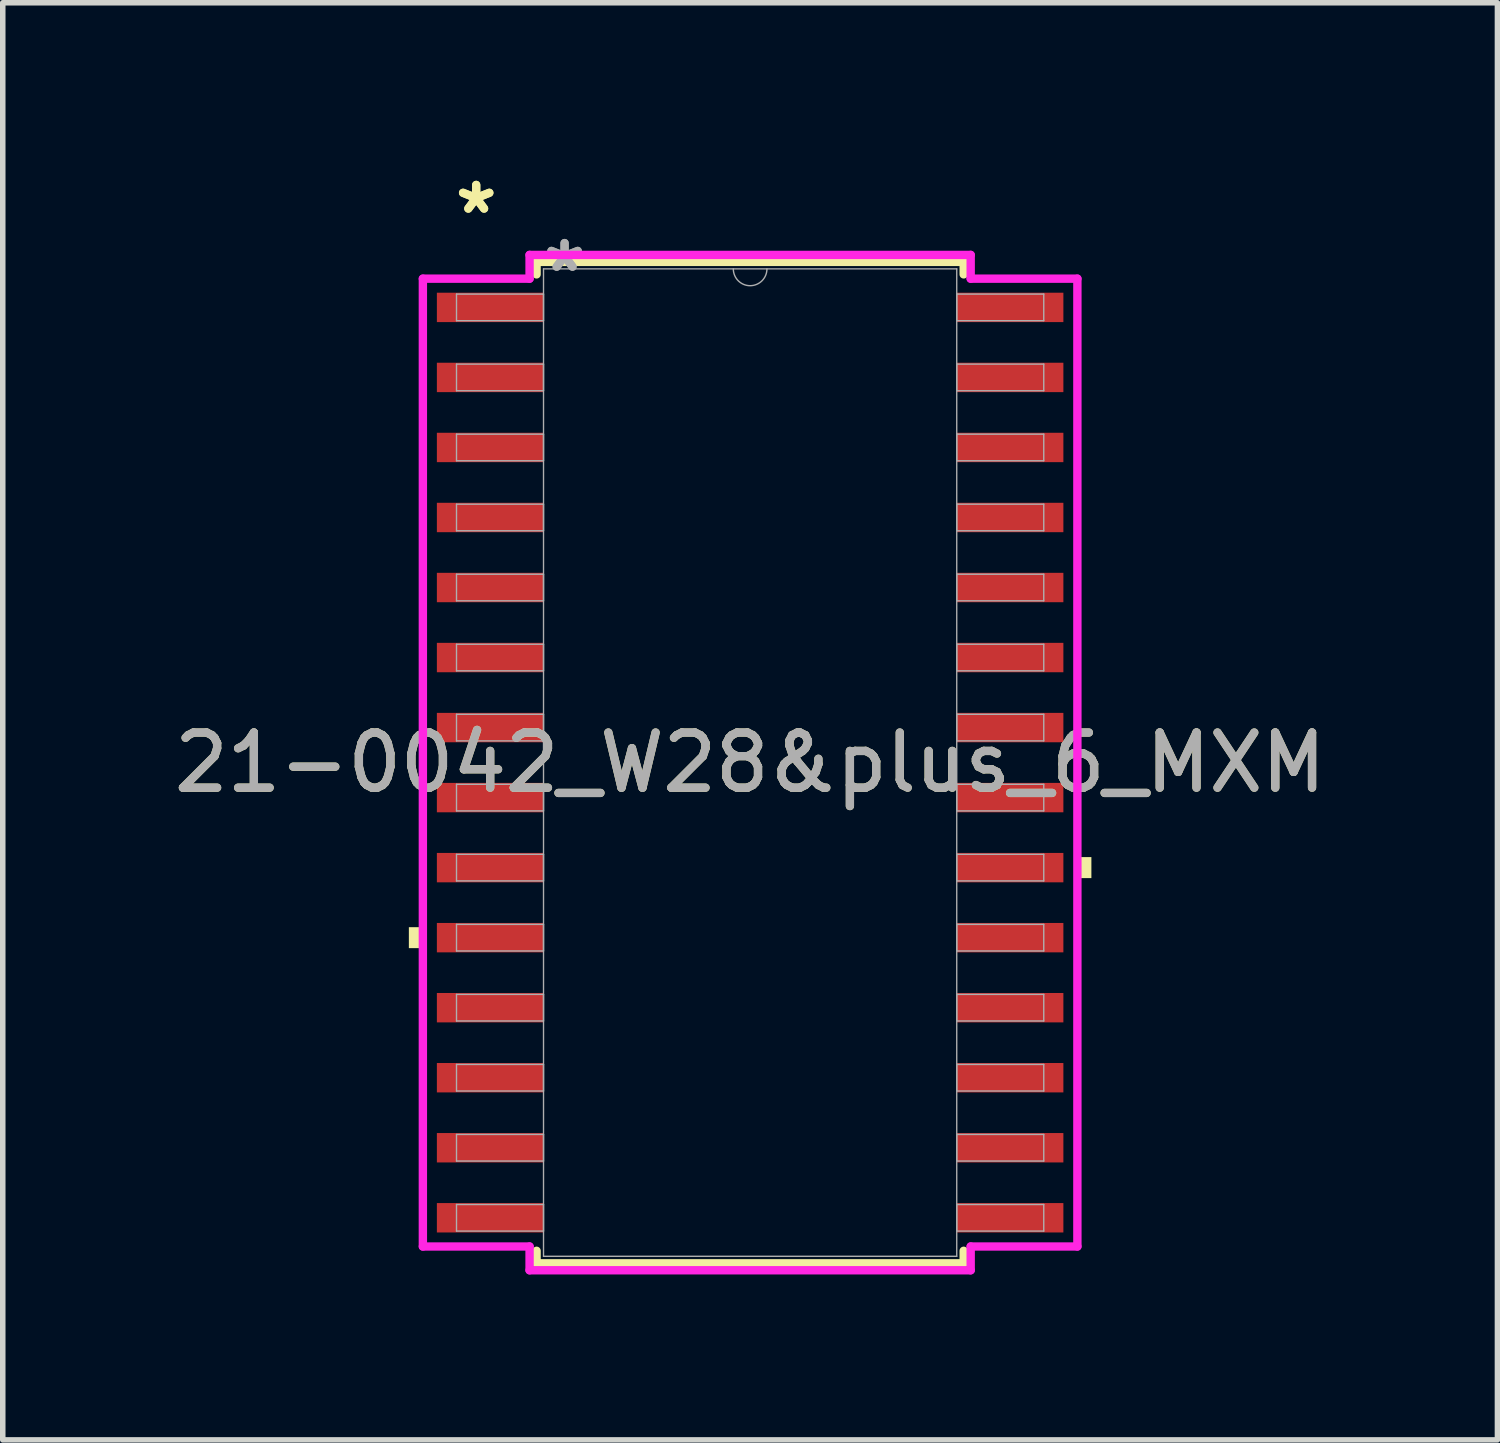
<source format=kicad_pcb>
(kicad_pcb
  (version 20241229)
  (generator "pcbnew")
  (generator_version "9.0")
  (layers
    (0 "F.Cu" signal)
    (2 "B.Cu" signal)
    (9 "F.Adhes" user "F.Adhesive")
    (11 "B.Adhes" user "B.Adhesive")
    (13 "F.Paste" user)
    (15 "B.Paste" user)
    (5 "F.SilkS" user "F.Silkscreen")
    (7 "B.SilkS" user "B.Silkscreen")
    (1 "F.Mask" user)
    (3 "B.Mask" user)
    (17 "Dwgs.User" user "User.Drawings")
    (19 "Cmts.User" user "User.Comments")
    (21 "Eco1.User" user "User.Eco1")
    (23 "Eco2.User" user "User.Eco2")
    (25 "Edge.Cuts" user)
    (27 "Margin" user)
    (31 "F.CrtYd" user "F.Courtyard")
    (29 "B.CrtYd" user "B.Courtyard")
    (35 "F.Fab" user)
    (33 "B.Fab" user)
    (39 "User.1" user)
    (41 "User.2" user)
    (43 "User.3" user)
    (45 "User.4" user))
  (footprint "21-0042_W28&plus_6_MXM"
    (layer "F.Cu")
    (at 10.554 10.78)
    (property "Reference" "21-0042_W28&plus_6_MXM" (at 0 0 0) (unlocked yes) (layer "F.SilkS") (effects (font (size 1 1) (thickness 0.15))))
    (attr smd)
    (fp_line (start -3.873 -9.081) (end -3.873 -8.854) (stroke (width 0.152) (type solid)) (layer "F.SilkS"))
    (fp_line (start -3.873 8.854) (end -3.873 9.081) (stroke (width 0.152) (type solid)) (layer "F.SilkS"))
    (fp_line (start -3.873 9.081) (end 3.873 9.081) (stroke (width 0.152) (type solid)) (layer "F.SilkS"))
    (fp_line (start 3.873 -9.081) (end -3.873 -9.081) (stroke (width 0.152) (type solid)) (layer "F.SilkS"))
    (fp_line (start 3.873 -8.854) (end 3.873 -9.081) (stroke (width 0.152) (type solid)) (layer "F.SilkS"))
    (fp_line (start 3.873 9.081) (end 3.873 8.854) (stroke (width 0.152) (type solid)) (layer "F.SilkS"))
    (fp_poly (pts (xy -6.189 2.985) (xy -6.189 3.365) (xy -5.935 3.365) (xy -5.935 2.985)) (stroke (width 0) (type solid)) (fill yes) (layer "F.SilkS"))
    (fp_poly (pts (xy 6.189 1.714) (xy 6.189 2.095) (xy 5.935 2.095) (xy 5.935 1.714)) (stroke (width 0) (type solid)) (fill yes) (layer "F.SilkS"))
    (fp_line (start -5.935 -8.776) (end -4 -8.776) (stroke (width 0.152) (type solid)) (layer "F.CrtYd"))
    (fp_line (start -5.935 8.776) (end -5.935 -8.776) (stroke (width 0.152) (type solid)) (layer "F.CrtYd"))
    (fp_line (start -5.935 8.776) (end -4 8.776) (stroke (width 0.152) (type solid)) (layer "F.CrtYd"))
    (fp_line (start -4 -9.207) (end 4 -9.207) (stroke (width 0.152) (type solid)) (layer "F.CrtYd"))
    (fp_line (start -4 -8.776) (end -4 -9.207) (stroke (width 0.152) (type solid)) (layer "F.CrtYd"))
    (fp_line (start -4 9.207) (end -4 8.776) (stroke (width 0.152) (type solid)) (layer "F.CrtYd"))
    (fp_line (start 4 -9.207) (end 4 -8.776) (stroke (width 0.152) (type solid)) (layer "F.CrtYd"))
    (fp_line (start 4 8.776) (end 4 9.207) (stroke (width 0.152) (type solid)) (layer "F.CrtYd"))
    (fp_line (start 4 9.207) (end -4 9.207) (stroke (width 0.152) (type solid)) (layer "F.CrtYd"))
    (fp_line (start 5.935 -8.776) (end 4 -8.776) (stroke (width 0.152) (type solid)) (layer "F.CrtYd"))
    (fp_line (start 5.935 -8.776) (end 5.935 8.776) (stroke (width 0.152) (type solid)) (layer "F.CrtYd"))
    (fp_line (start 5.935 8.776) (end 4 8.776) (stroke (width 0.152) (type solid)) (layer "F.CrtYd"))
    (fp_line (start -5.325 -8.496) (end -5.325 -8.014) (stroke (width 0.025) (type solid)) (layer "F.Fab"))
    (fp_line (start -5.325 -8.014) (end -3.747 -8.014) (stroke (width 0.025) (type solid)) (layer "F.Fab"))
    (fp_line (start -5.325 -7.226) (end -5.325 -6.744) (stroke (width 0.025) (type solid)) (layer "F.Fab"))
    (fp_line (start -5.325 -6.744) (end -3.747 -6.744) (stroke (width 0.025) (type solid)) (layer "F.Fab"))
    (fp_line (start -5.325 -5.956) (end -5.325 -5.474) (stroke (width 0.025) (type solid)) (layer "F.Fab"))
    (fp_line (start -5.325 -5.474) (end -3.747 -5.474) (stroke (width 0.025) (type solid)) (layer "F.Fab"))
    (fp_line (start -5.325 -4.686) (end -5.325 -4.204) (stroke (width 0.025) (type solid)) (layer "F.Fab"))
    (fp_line (start -5.325 -4.204) (end -3.747 -4.204) (stroke (width 0.025) (type solid)) (layer "F.Fab"))
    (fp_line (start -5.325 -3.416) (end -5.325 -2.934) (stroke (width 0.025) (type solid)) (layer "F.Fab"))
    (fp_line (start -5.325 -2.934) (end -3.747 -2.934) (stroke (width 0.025) (type solid)) (layer "F.Fab"))
    (fp_line (start -5.325 -2.146) (end -5.325 -1.664) (stroke (width 0.025) (type solid)) (layer "F.Fab"))
    (fp_line (start -5.325 -1.664) (end -3.747 -1.664) (stroke (width 0.025) (type solid)) (layer "F.Fab"))
    (fp_line (start -5.325 -0.876) (end -5.325 -0.394) (stroke (width 0.025) (type solid)) (layer "F.Fab"))
    (fp_line (start -5.325 -0.394) (end -3.747 -0.394) (stroke (width 0.025) (type solid)) (layer "F.Fab"))
    (fp_line (start -5.325 0.394) (end -5.325 0.876) (stroke (width 0.025) (type solid)) (layer "F.Fab"))
    (fp_line (start -5.325 0.876) (end -3.747 0.876) (stroke (width 0.025) (type solid)) (layer "F.Fab"))
    (fp_line (start -5.325 1.664) (end -5.325 2.146) (stroke (width 0.025) (type solid)) (layer "F.Fab"))
    (fp_line (start -5.325 2.146) (end -3.747 2.146) (stroke (width 0.025) (type solid)) (layer "F.Fab"))
    (fp_line (start -5.325 2.934) (end -5.325 3.416) (stroke (width 0.025) (type solid)) (layer "F.Fab"))
    (fp_line (start -5.325 3.416) (end -3.747 3.416) (stroke (width 0.025) (type solid)) (layer "F.Fab"))
    (fp_line (start -5.325 4.204) (end -5.325 4.686) (stroke (width 0.025) (type solid)) (layer "F.Fab"))
    (fp_line (start -5.325 4.686) (end -3.747 4.686) (stroke (width 0.025) (type solid)) (layer "F.Fab"))
    (fp_line (start -5.325 5.474) (end -5.325 5.956) (stroke (width 0.025) (type solid)) (layer "F.Fab"))
    (fp_line (start -5.325 5.956) (end -3.747 5.956) (stroke (width 0.025) (type solid)) (layer "F.Fab"))
    (fp_line (start -5.325 6.744) (end -5.325 7.226) (stroke (width 0.025) (type solid)) (layer "F.Fab"))
    (fp_line (start -5.325 7.226) (end -3.747 7.226) (stroke (width 0.025) (type solid)) (layer "F.Fab"))
    (fp_line (start -5.325 8.014) (end -5.325 8.496) (stroke (width 0.025) (type solid)) (layer "F.Fab"))
    (fp_line (start -5.325 8.496) (end -3.747 8.496) (stroke (width 0.025) (type solid)) (layer "F.Fab"))
    (fp_line (start -3.747 -8.954) (end -3.747 8.954) (stroke (width 0.025) (type solid)) (layer "F.Fab"))
    (fp_line (start -3.747 -8.496) (end -5.325 -8.496) (stroke (width 0.025) (type solid)) (layer "F.Fab"))
    (fp_line (start -3.747 -8.014) (end -3.747 -8.496) (stroke (width 0.025) (type solid)) (layer "F.Fab"))
    (fp_line (start -3.747 -7.226) (end -5.325 -7.226) (stroke (width 0.025) (type solid)) (layer "F.Fab"))
    (fp_line (start -3.747 -6.744) (end -3.747 -7.226) (stroke (width 0.025) (type solid)) (layer "F.Fab"))
    (fp_line (start -3.747 -5.956) (end -5.325 -5.956) (stroke (width 0.025) (type solid)) (layer "F.Fab"))
    (fp_line (start -3.747 -5.474) (end -3.747 -5.956) (stroke (width 0.025) (type solid)) (layer "F.Fab"))
    (fp_line (start -3.747 -4.686) (end -5.325 -4.686) (stroke (width 0.025) (type solid)) (layer "F.Fab"))
    (fp_line (start -3.747 -4.204) (end -3.747 -4.686) (stroke (width 0.025) (type solid)) (layer "F.Fab"))
    (fp_line (start -3.747 -3.416) (end -5.325 -3.416) (stroke (width 0.025) (type solid)) (layer "F.Fab"))
    (fp_line (start -3.747 -2.934) (end -3.747 -3.416) (stroke (width 0.025) (type solid)) (layer "F.Fab"))
    (fp_line (start -3.747 -2.146) (end -5.325 -2.146) (stroke (width 0.025) (type solid)) (layer "F.Fab"))
    (fp_line (start -3.747 -1.664) (end -3.747 -2.146) (stroke (width 0.025) (type solid)) (layer "F.Fab"))
    (fp_line (start -3.747 -0.876) (end -5.325 -0.876) (stroke (width 0.025) (type solid)) (layer "F.Fab"))
    (fp_line (start -3.747 -0.394) (end -3.747 -0.876) (stroke (width 0.025) (type solid)) (layer "F.Fab"))
    (fp_line (start -3.747 0.394) (end -5.325 0.394) (stroke (width 0.025) (type solid)) (layer "F.Fab"))
    (fp_line (start -3.747 0.876) (end -3.747 0.394) (stroke (width 0.025) (type solid)) (layer "F.Fab"))
    (fp_line (start -3.747 1.664) (end -5.325 1.664) (stroke (width 0.025) (type solid)) (layer "F.Fab"))
    (fp_line (start -3.747 2.146) (end -3.747 1.664) (stroke (width 0.025) (type solid)) (layer "F.Fab"))
    (fp_line (start -3.747 2.934) (end -5.325 2.934) (stroke (width 0.025) (type solid)) (layer "F.Fab"))
    (fp_line (start -3.747 3.416) (end -3.747 2.934) (stroke (width 0.025) (type solid)) (layer "F.Fab"))
    (fp_line (start -3.747 4.204) (end -5.325 4.204) (stroke (width 0.025) (type solid)) (layer "F.Fab"))
    (fp_line (start -3.747 4.686) (end -3.747 4.204) (stroke (width 0.025) (type solid)) (layer "F.Fab"))
    (fp_line (start -3.747 5.474) (end -5.325 5.474) (stroke (width 0.025) (type solid)) (layer "F.Fab"))
    (fp_line (start -3.747 5.956) (end -3.747 5.474) (stroke (width 0.025) (type solid)) (layer "F.Fab"))
    (fp_line (start -3.747 6.744) (end -5.325 6.744) (stroke (width 0.025) (type solid)) (layer "F.Fab"))
    (fp_line (start -3.747 7.226) (end -3.747 6.744) (stroke (width 0.025) (type solid)) (layer "F.Fab"))
    (fp_line (start -3.747 8.014) (end -5.325 8.014) (stroke (width 0.025) (type solid)) (layer "F.Fab"))
    (fp_line (start -3.747 8.496) (end -3.747 8.014) (stroke (width 0.025) (type solid)) (layer "F.Fab"))
    (fp_line (start -3.747 8.954) (end 3.747 8.954) (stroke (width 0.025) (type solid)) (layer "F.Fab"))
    (fp_line (start 3.747 -8.954) (end -3.747 -8.954) (stroke (width 0.025) (type solid)) (layer "F.Fab"))
    (fp_line (start 3.747 -8.496) (end 3.747 -8.014) (stroke (width 0.025) (type solid)) (layer "F.Fab"))
    (fp_line (start 3.747 -8.014) (end 5.325 -8.014) (stroke (width 0.025) (type solid)) (layer "F.Fab"))
    (fp_line (start 3.747 -7.226) (end 3.747 -6.744) (stroke (width 0.025) (type solid)) (layer "F.Fab"))
    (fp_line (start 3.747 -6.744) (end 5.325 -6.744) (stroke (width 0.025) (type solid)) (layer "F.Fab"))
    (fp_line (start 3.747 -5.956) (end 3.747 -5.474) (stroke (width 0.025) (type solid)) (layer "F.Fab"))
    (fp_line (start 3.747 -5.474) (end 5.325 -5.474) (stroke (width 0.025) (type solid)) (layer "F.Fab"))
    (fp_line (start 3.747 -4.686) (end 3.747 -4.204) (stroke (width 0.025) (type solid)) (layer "F.Fab"))
    (fp_line (start 3.747 -4.204) (end 5.325 -4.204) (stroke (width 0.025) (type solid)) (layer "F.Fab"))
    (fp_line (start 3.747 -3.416) (end 3.747 -2.934) (stroke (width 0.025) (type solid)) (layer "F.Fab"))
    (fp_line (start 3.747 -2.934) (end 5.325 -2.934) (stroke (width 0.025) (type solid)) (layer "F.Fab"))
    (fp_line (start 3.747 -2.146) (end 3.747 -1.664) (stroke (width 0.025) (type solid)) (layer "F.Fab"))
    (fp_line (start 3.747 -1.664) (end 5.325 -1.664) (stroke (width 0.025) (type solid)) (layer "F.Fab"))
    (fp_line (start 3.747 -0.876) (end 3.747 -0.394) (stroke (width 0.025) (type solid)) (layer "F.Fab"))
    (fp_line (start 3.747 -0.394) (end 5.325 -0.394) (stroke (width 0.025) (type solid)) (layer "F.Fab"))
    (fp_line (start 3.747 0.394) (end 3.747 0.876) (stroke (width 0.025) (type solid)) (layer "F.Fab"))
    (fp_line (start 3.747 0.876) (end 5.325 0.876) (stroke (width 0.025) (type solid)) (layer "F.Fab"))
    (fp_line (start 3.747 1.664) (end 3.747 2.146) (stroke (width 0.025) (type solid)) (layer "F.Fab"))
    (fp_line (start 3.747 2.146) (end 5.325 2.146) (stroke (width 0.025) (type solid)) (layer "F.Fab"))
    (fp_line (start 3.747 2.934) (end 3.747 3.416) (stroke (width 0.025) (type solid)) (layer "F.Fab"))
    (fp_line (start 3.747 3.416) (end 5.325 3.416) (stroke (width 0.025) (type solid)) (layer "F.Fab"))
    (fp_line (start 3.747 4.204) (end 3.747 4.686) (stroke (width 0.025) (type solid)) (layer "F.Fab"))
    (fp_line (start 3.747 4.686) (end 5.325 4.686) (stroke (width 0.025) (type solid)) (layer "F.Fab"))
    (fp_line (start 3.747 5.474) (end 3.747 5.956) (stroke (width 0.025) (type solid)) (layer "F.Fab"))
    (fp_line (start 3.747 5.956) (end 5.325 5.956) (stroke (width 0.025) (type solid)) (layer "F.Fab"))
    (fp_line (start 3.747 6.744) (end 3.747 7.226) (stroke (width 0.025) (type solid)) (layer "F.Fab"))
    (fp_line (start 3.747 7.226) (end 5.325 7.226) (stroke (width 0.025) (type solid)) (layer "F.Fab"))
    (fp_line (start 3.747 8.014) (end 3.747 8.496) (stroke (width 0.025) (type solid)) (layer "F.Fab"))
    (fp_line (start 3.747 8.496) (end 5.325 8.496) (stroke (width 0.025) (type solid)) (layer "F.Fab"))
    (fp_line (start 3.747 8.954) (end 3.747 -8.954) (stroke (width 0.025) (type solid)) (layer "F.Fab"))
    (fp_line (start 5.325 -8.496) (end 3.747 -8.496) (stroke (width 0.025) (type solid)) (layer "F.Fab"))
    (fp_line (start 5.325 -8.014) (end 5.325 -8.496) (stroke (width 0.025) (type solid)) (layer "F.Fab"))
    (fp_line (start 5.325 -7.226) (end 3.747 -7.226) (stroke (width 0.025) (type solid)) (layer "F.Fab"))
    (fp_line (start 5.325 -6.744) (end 5.325 -7.226) (stroke (width 0.025) (type solid)) (layer "F.Fab"))
    (fp_line (start 5.325 -5.956) (end 3.747 -5.956) (stroke (width 0.025) (type solid)) (layer "F.Fab"))
    (fp_line (start 5.325 -5.474) (end 5.325 -5.956) (stroke (width 0.025) (type solid)) (layer "F.Fab"))
    (fp_line (start 5.325 -4.686) (end 3.747 -4.686) (stroke (width 0.025) (type solid)) (layer "F.Fab"))
    (fp_line (start 5.325 -4.204) (end 5.325 -4.686) (stroke (width 0.025) (type solid)) (layer "F.Fab"))
    (fp_line (start 5.325 -3.416) (end 3.747 -3.416) (stroke (width 0.025) (type solid)) (layer "F.Fab"))
    (fp_line (start 5.325 -2.934) (end 5.325 -3.416) (stroke (width 0.025) (type solid)) (layer "F.Fab"))
    (fp_line (start 5.325 -2.146) (end 3.747 -2.146) (stroke (width 0.025) (type solid)) (layer "F.Fab"))
    (fp_line (start 5.325 -1.664) (end 5.325 -2.146) (stroke (width 0.025) (type solid)) (layer "F.Fab"))
    (fp_line (start 5.325 -0.876) (end 3.747 -0.876) (stroke (width 0.025) (type solid)) (layer "F.Fab"))
    (fp_line (start 5.325 -0.394) (end 5.325 -0.876) (stroke (width 0.025) (type solid)) (layer "F.Fab"))
    (fp_line (start 5.325 0.394) (end 3.747 0.394) (stroke (width 0.025) (type solid)) (layer "F.Fab"))
    (fp_line (start 5.325 0.876) (end 5.325 0.394) (stroke (width 0.025) (type solid)) (layer "F.Fab"))
    (fp_line (start 5.325 1.664) (end 3.747 1.664) (stroke (width 0.025) (type solid)) (layer "F.Fab"))
    (fp_line (start 5.325 2.146) (end 5.325 1.664) (stroke (width 0.025) (type solid)) (layer "F.Fab"))
    (fp_line (start 5.325 2.934) (end 3.747 2.934) (stroke (width 0.025) (type solid)) (layer "F.Fab"))
    (fp_line (start 5.325 3.416) (end 5.325 2.934) (stroke (width 0.025) (type solid)) (layer "F.Fab"))
    (fp_line (start 5.325 4.204) (end 3.747 4.204) (stroke (width 0.025) (type solid)) (layer "F.Fab"))
    (fp_line (start 5.325 4.686) (end 5.325 4.204) (stroke (width 0.025) (type solid)) (layer "F.Fab"))
    (fp_line (start 5.325 5.474) (end 3.747 5.474) (stroke (width 0.025) (type solid)) (layer "F.Fab"))
    (fp_line (start 5.325 5.956) (end 5.325 5.474) (stroke (width 0.025) (type solid)) (layer "F.Fab"))
    (fp_line (start 5.325 6.744) (end 3.747 6.744) (stroke (width 0.025) (type solid)) (layer "F.Fab"))
    (fp_line (start 5.325 7.226) (end 5.325 6.744) (stroke (width 0.025) (type solid)) (layer "F.Fab"))
    (fp_line (start 5.325 8.014) (end 3.747 8.014) (stroke (width 0.025) (type solid)) (layer "F.Fab"))
    (fp_line (start 5.325 8.496) (end 5.325 8.014) (stroke (width 0.025) (type solid)) (layer "F.Fab"))
    (fp_arc (start 0.3048 -8.9535) (mid 0 -8.6487) (end -0.3048 -8.9535) (stroke (width 0.0254) (type solid)) (layer "F.Fab"))
    (fp_text user "*" (at -4.968 -9.931 0) (unlocked yes) (layer "F.SilkS") (effects (font (size 1 1) (thickness 0.15))))
    (fp_text user "*" (at -4.968 -9.931 0) (layer "F.SilkS") (effects (font (size 1 1) (thickness 0.15))))
    (fp_text user "*" (at -3.365 -8.877 0) (unlocked yes) (layer "F.Fab") (effects (font (size 1 1) (thickness 0.15))))
    (fp_text user "${REFERENCE}" (at 0 0 0) (unlocked yes) (layer "F.Fab") (effects (font (size 1 1) (thickness 0.15))))
    (fp_text user "*" (at -3.365 -8.877 0) (layer "F.Fab") (effects (font (size 1 1) (thickness 0.15))))
    (pad "1" smd rect (at -4.714 -8.255) (size 1.934 0.533) (layers "F.Cu" "F.Mask" "F.Paste"))
    (pad "2" smd rect (at -4.714 -6.985) (size 1.934 0.533) (layers "F.Cu" "F.Mask" "F.Paste"))
    (pad "3" smd rect (at -4.714 -5.715) (size 1.934 0.533) (layers "F.Cu" "F.Mask" "F.Paste"))
    (pad "4" smd rect (at -4.714 -4.445) (size 1.934 0.533) (layers "F.Cu" "F.Mask" "F.Paste"))
    (pad "5" smd rect (at -4.714 -3.175) (size 1.934 0.533) (layers "F.Cu" "F.Mask" "F.Paste"))
    (pad "6" smd rect (at -4.714 -1.905) (size 1.934 0.533) (layers "F.Cu" "F.Mask" "F.Paste"))
    (pad "7" smd rect (at -4.714 -0.635) (size 1.934 0.533) (layers "F.Cu" "F.Mask" "F.Paste"))
    (pad "8" smd rect (at -4.714 0.635) (size 1.934 0.533) (layers "F.Cu" "F.Mask" "F.Paste"))
    (pad "9" smd rect (at -4.714 1.905) (size 1.934 0.533) (layers "F.Cu" "F.Mask" "F.Paste"))
    (pad "10" smd rect (at -4.714 3.175) (size 1.934 0.533) (layers "F.Cu" "F.Mask" "F.Paste"))
    (pad "11" smd rect (at -4.714 4.445) (size 1.934 0.533) (layers "F.Cu" "F.Mask" "F.Paste"))
    (pad "12" smd rect (at -4.714 5.715) (size 1.934 0.533) (layers "F.Cu" "F.Mask" "F.Paste"))
    (pad "13" smd rect (at -4.714 6.985) (size 1.934 0.533) (layers "F.Cu" "F.Mask" "F.Paste"))
    (pad "14" smd rect (at -4.714 8.255) (size 1.934 0.533) (layers "F.Cu" "F.Mask" "F.Paste"))
    (pad "15" smd rect (at 4.714 8.255) (size 1.934 0.533) (layers "F.Cu" "F.Mask" "F.Paste"))
    (pad "16" smd rect (at 4.714 6.985) (size 1.934 0.533) (layers "F.Cu" "F.Mask" "F.Paste"))
    (pad "17" smd rect (at 4.714 5.715) (size 1.934 0.533) (layers "F.Cu" "F.Mask" "F.Paste"))
    (pad "18" smd rect (at 4.714 4.445) (size 1.934 0.533) (layers "F.Cu" "F.Mask" "F.Paste"))
    (pad "19" smd rect (at 4.714 3.175) (size 1.934 0.533) (layers "F.Cu" "F.Mask" "F.Paste"))
    (pad "20" smd rect (at 4.714 1.905) (size 1.934 0.533) (layers "F.Cu" "F.Mask" "F.Paste"))
    (pad "21" smd rect (at 4.714 0.635) (size 1.934 0.533) (layers "F.Cu" "F.Mask" "F.Paste"))
    (pad "22" smd rect (at 4.714 -0.635) (size 1.934 0.533) (layers "F.Cu" "F.Mask" "F.Paste"))
    (pad "23" smd rect (at 4.714 -1.905) (size 1.934 0.533) (layers "F.Cu" "F.Mask" "F.Paste"))
    (pad "24" smd rect (at 4.714 -3.175) (size 1.934 0.533) (layers "F.Cu" "F.Mask" "F.Paste"))
    (pad "25" smd rect (at 4.714 -4.445) (size 1.934 0.533) (layers "F.Cu" "F.Mask" "F.Paste"))
    (pad "26" smd rect (at 4.714 -5.715) (size 1.934 0.533) (layers "F.Cu" "F.Mask" "F.Paste"))
    (pad "27" smd rect (at 4.714 -6.985) (size 1.934 0.533) (layers "F.Cu" "F.Mask" "F.Paste"))
    (pad "28" smd rect (at 4.714 -8.255) (size 1.934 0.533) (layers "F.Cu" "F.Mask" "F.Paste")))
  (gr_rect
    (start -3 -3)
    (end 24.107 23.063)
    (stroke (width 0.1) (type default))
    (fill no)
    (layer "Edge.Cuts")))
</source>
